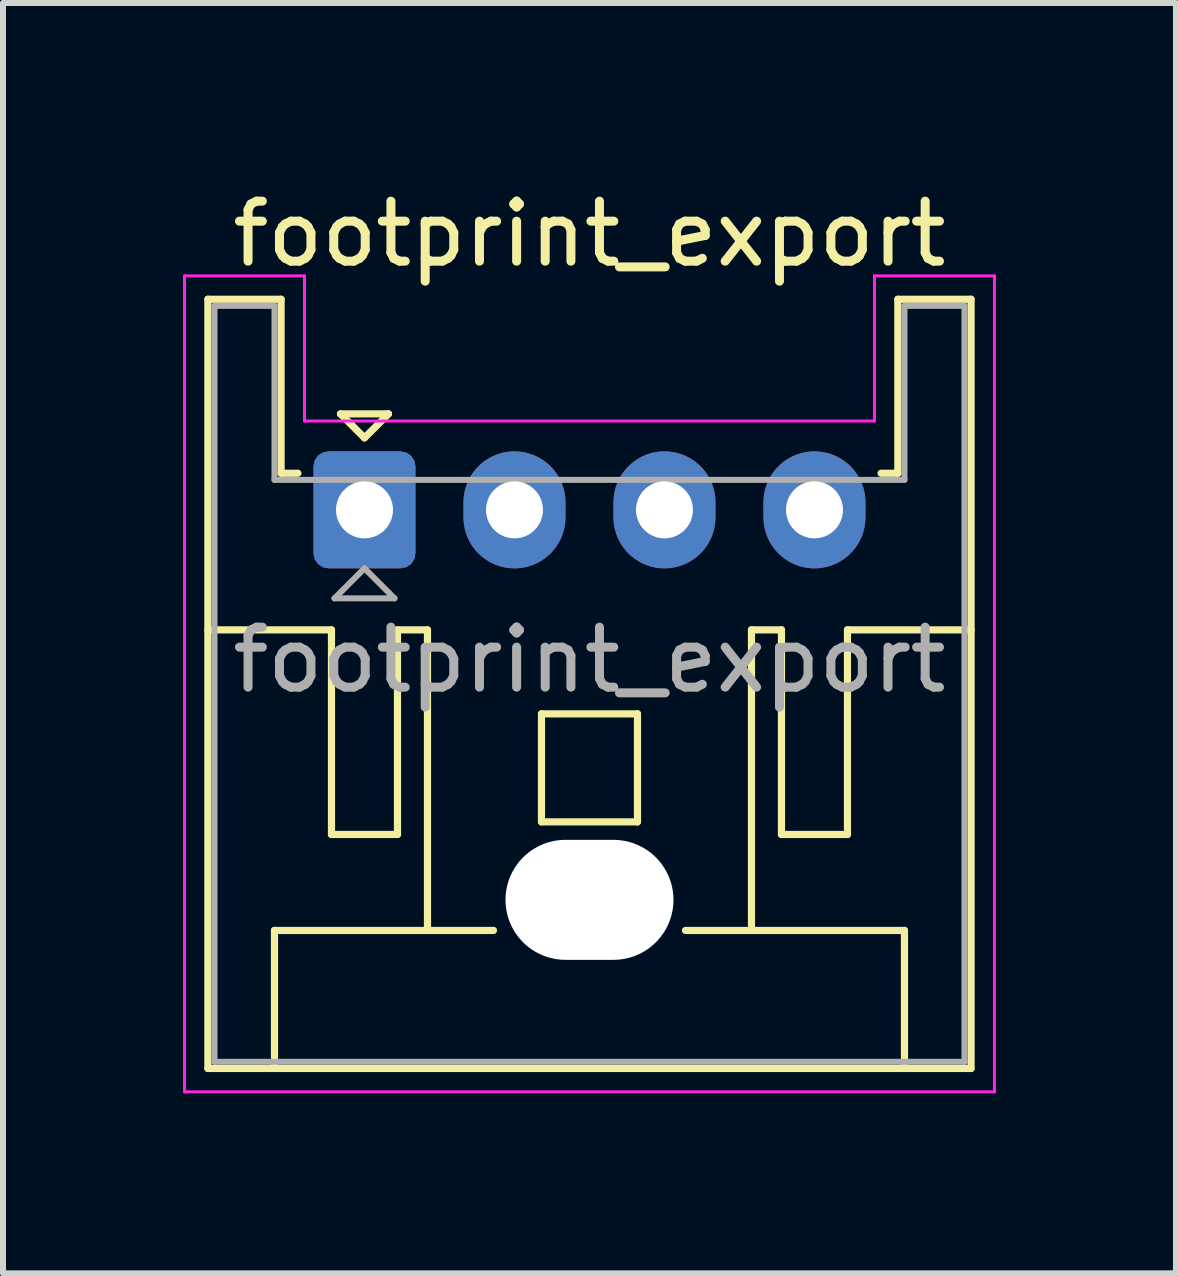
<source format=kicad_pcb>
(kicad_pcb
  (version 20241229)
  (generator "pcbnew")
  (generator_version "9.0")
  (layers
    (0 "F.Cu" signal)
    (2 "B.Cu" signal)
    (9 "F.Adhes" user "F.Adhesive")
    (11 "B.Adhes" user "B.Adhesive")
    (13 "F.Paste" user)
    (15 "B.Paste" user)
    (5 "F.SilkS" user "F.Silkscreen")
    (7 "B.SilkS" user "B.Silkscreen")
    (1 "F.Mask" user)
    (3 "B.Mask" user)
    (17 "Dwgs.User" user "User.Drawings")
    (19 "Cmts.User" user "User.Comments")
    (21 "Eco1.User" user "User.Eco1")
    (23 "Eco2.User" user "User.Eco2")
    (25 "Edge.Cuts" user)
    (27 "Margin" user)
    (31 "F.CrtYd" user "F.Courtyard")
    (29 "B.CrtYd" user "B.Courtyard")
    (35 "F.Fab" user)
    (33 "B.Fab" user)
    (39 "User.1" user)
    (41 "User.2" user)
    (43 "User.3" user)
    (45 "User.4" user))
  (footprint "footprint_export"
    (layer "F.Cu")
    (at 3.025 5.448)
    (property "Reference" "footprint_export" (at 3.75 -4.6 0) (layer "F.SilkS") (effects (font (size 1 1) (thickness 0.15))))
    (attr through_hole)
    (fp_line (start -2.61 -3.51) (end -2.61 9.31) (stroke (width 0.12) (type solid)) (layer "F.SilkS"))
    (fp_line (start -2.61 9.31) (end 10.11 9.31) (stroke (width 0.12) (type solid)) (layer "F.SilkS"))
    (fp_line (start -1.5 7.01) (end 2.15 7.01) (stroke (width 0.12) (type solid)) (layer "F.SilkS"))
    (fp_line (start -1.5 9.31) (end -1.5 7.01) (stroke (width 0.12) (type solid)) (layer "F.SilkS"))
    (fp_line (start -1.39 -3.51) (end -2.61 -3.51) (stroke (width 0.12) (type solid)) (layer "F.SilkS"))
    (fp_line (start -1.39 -0.61) (end -1.39 -3.51) (stroke (width 0.12) (type solid)) (layer "F.SilkS"))
    (fp_line (start -1.11 -0.61) (end -1.39 -0.61) (stroke (width 0.12) (type solid)) (layer "F.SilkS"))
    (fp_line (start -0.55 2) (end -2.61 2) (stroke (width 0.12) (type solid)) (layer "F.SilkS"))
    (fp_line (start -0.55 5.41) (end -0.55 2) (stroke (width 0.12) (type solid)) (layer "F.SilkS"))
    (fp_line (start -0.4 -1.6) (end 0.4 -1.6) (stroke (width 0.12) (type solid)) (layer "F.SilkS"))
    (fp_line (start 0 -1.2) (end -0.4 -1.6) (stroke (width 0.12) (type solid)) (layer "F.SilkS"))
    (fp_line (start 0.4 -1.6) (end 0 -1.2) (stroke (width 0.12) (type solid)) (layer "F.SilkS"))
    (fp_line (start 0.55 2) (end 0.55 5.41) (stroke (width 0.12) (type solid)) (layer "F.SilkS"))
    (fp_line (start 0.55 5.41) (end -0.55 5.41) (stroke (width 0.12) (type solid)) (layer "F.SilkS"))
    (fp_line (start 1.05 2) (end 0.55 2) (stroke (width 0.12) (type solid)) (layer "F.SilkS"))
    (fp_line (start 1.05 7.01) (end 1.05 2) (stroke (width 0.12) (type solid)) (layer "F.SilkS"))
    (fp_line (start 2.95 3.4) (end 4.55 3.4) (stroke (width 0.12) (type solid)) (layer "F.SilkS"))
    (fp_line (start 2.95 5.2) (end 2.95 3.4) (stroke (width 0.12) (type solid)) (layer "F.SilkS"))
    (fp_line (start 4.55 3.4) (end 4.55 5.2) (stroke (width 0.12) (type solid)) (layer "F.SilkS"))
    (fp_line (start 4.55 5.2) (end 2.95 5.2) (stroke (width 0.12) (type solid)) (layer "F.SilkS"))
    (fp_line (start 5.35 7.01) (end 9 7.01) (stroke (width 0.12) (type solid)) (layer "F.SilkS"))
    (fp_line (start 6.45 2) (end 6.95 2) (stroke (width 0.12) (type solid)) (layer "F.SilkS"))
    (fp_line (start 6.45 7.01) (end 6.45 2) (stroke (width 0.12) (type solid)) (layer "F.SilkS"))
    (fp_line (start 6.95 2) (end 6.95 5.41) (stroke (width 0.12) (type solid)) (layer "F.SilkS"))
    (fp_line (start 6.95 5.41) (end 8.05 5.41) (stroke (width 0.12) (type solid)) (layer "F.SilkS"))
    (fp_line (start 8.05 2) (end 10.11 2) (stroke (width 0.12) (type solid)) (layer "F.SilkS"))
    (fp_line (start 8.05 5.41) (end 8.05 2) (stroke (width 0.12) (type solid)) (layer "F.SilkS"))
    (fp_line (start 8.89 -3.51) (end 8.89 -0.61) (stroke (width 0.12) (type solid)) (layer "F.SilkS"))
    (fp_line (start 8.89 -0.61) (end 8.61 -0.61) (stroke (width 0.12) (type solid)) (layer "F.SilkS"))
    (fp_line (start 9 7.01) (end 9 9.31) (stroke (width 0.12) (type solid)) (layer "F.SilkS"))
    (fp_line (start 10.11 -3.51) (end 8.89 -3.51) (stroke (width 0.12) (type solid)) (layer "F.SilkS"))
    (fp_line (start 10.11 9.31) (end 10.11 -3.51) (stroke (width 0.12) (type solid)) (layer "F.SilkS"))
    (fp_line (start -3 -3.9) (end -3 9.7) (stroke (width 0.05) (type solid)) (layer "F.CrtYd"))
    (fp_line (start -3 9.7) (end 10.5 9.7) (stroke (width 0.05) (type solid)) (layer "F.CrtYd"))
    (fp_line (start -1 -3.9) (end -3 -3.9) (stroke (width 0.05) (type solid)) (layer "F.CrtYd"))
    (fp_line (start -1 -1.48) (end -1 -3.9) (stroke (width 0.05) (type solid)) (layer "F.CrtYd"))
    (fp_line (start 8.5 -3.9) (end 8.5 -1.48) (stroke (width 0.05) (type solid)) (layer "F.CrtYd"))
    (fp_line (start 8.5 -1.48) (end -1 -1.48) (stroke (width 0.05) (type solid)) (layer "F.CrtYd"))
    (fp_line (start 10.5 -3.9) (end 8.5 -3.9) (stroke (width 0.05) (type solid)) (layer "F.CrtYd"))
    (fp_line (start 10.5 9.7) (end 10.5 -3.9) (stroke (width 0.05) (type solid)) (layer "F.CrtYd"))
    (fp_line (start -2.5 -3.4) (end -2.5 9.2) (stroke (width 0.1) (type solid)) (layer "F.Fab"))
    (fp_line (start -2.5 9.2) (end 10 9.2) (stroke (width 0.1) (type solid)) (layer "F.Fab"))
    (fp_line (start -1.5 -3.4) (end -2.5 -3.4) (stroke (width 0.1) (type solid)) (layer "F.Fab"))
    (fp_line (start -1.5 -0.5) (end -1.5 -3.4) (stroke (width 0.1) (type solid)) (layer "F.Fab"))
    (fp_line (start -0.5 1.475) (end 0.5 1.475) (stroke (width 0.1) (type solid)) (layer "F.Fab"))
    (fp_line (start 0 0.975) (end -0.5 1.475) (stroke (width 0.1) (type solid)) (layer "F.Fab"))
    (fp_line (start 0.5 1.475) (end 0 0.975) (stroke (width 0.1) (type solid)) (layer "F.Fab"))
    (fp_line (start 9 -3.4) (end 9 -0.5) (stroke (width 0.1) (type solid)) (layer "F.Fab"))
    (fp_line (start 9 -0.5) (end -1.5 -0.5) (stroke (width 0.1) (type solid)) (layer "F.Fab"))
    (fp_line (start 10 -3.4) (end 9 -3.4) (stroke (width 0.1) (type solid)) (layer "F.Fab"))
    (fp_line (start 10 9.2) (end 10 -3.4) (stroke (width 0.1) (type solid)) (layer "F.Fab"))
    (fp_text user "${REFERENCE}" (at 3.75 2.5 0) (layer "F.Fab") (effects (font (size 1 1) (thickness 0.15))))
    (pad "" np_thru_hole oval (at 3.75 6.5) (size 2.8 2) (drill oval 2.8 2) (layers "*.Cu" "*.Mask"))
    (pad "1" thru_hole roundrect (at 0 0) (size 1.7 1.95) (drill 0.95) (layers "*.Cu" "*.Mask") (roundrect_rratio 0.147))
    (pad "2" thru_hole oval (at 2.5 0) (size 1.7 1.95) (drill 0.95) (layers "*.Cu" "*.Mask"))
    (pad "3" thru_hole oval (at 5 0) (size 1.7 1.95) (drill 0.95) (layers "*.Cu" "*.Mask"))
    (pad "4" thru_hole oval (at 7.5 0) (size 1.7 1.95) (drill 0.95) (layers "*.Cu" "*.Mask")))
  (gr_rect
    (start -3 -3)
    (end 16.55 18.173)
    (stroke (width 0.1) (type default))
    (fill no)
    (layer "Edge.Cuts")))
</source>
